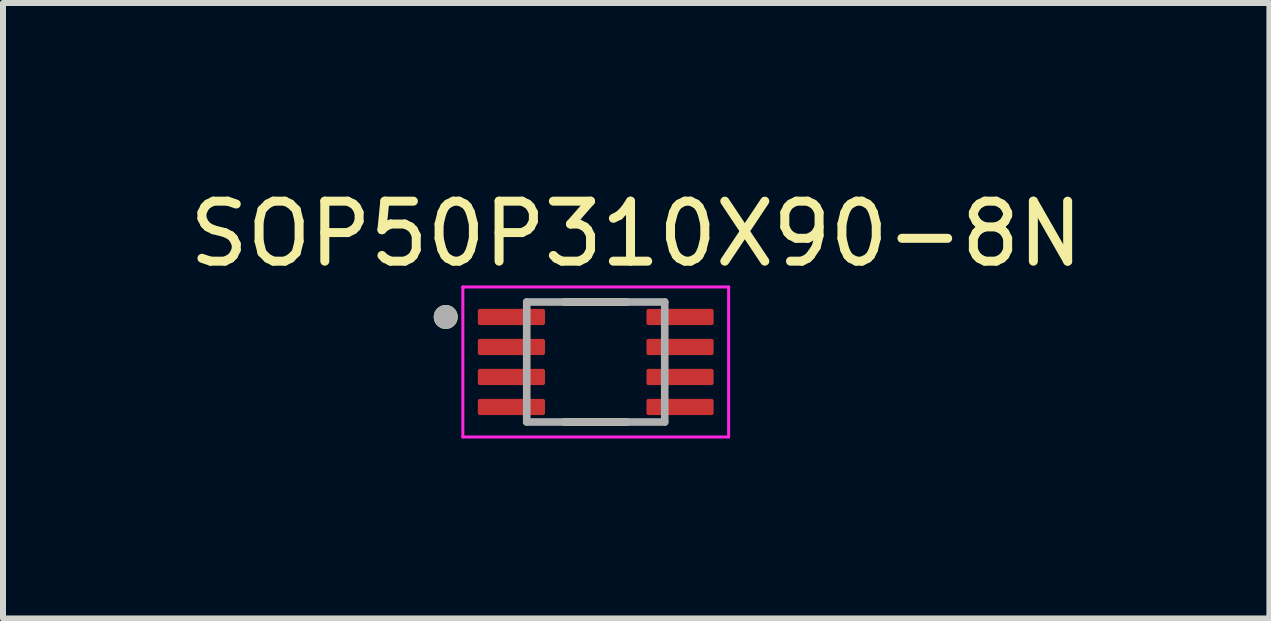
<source format=kicad_pcb>
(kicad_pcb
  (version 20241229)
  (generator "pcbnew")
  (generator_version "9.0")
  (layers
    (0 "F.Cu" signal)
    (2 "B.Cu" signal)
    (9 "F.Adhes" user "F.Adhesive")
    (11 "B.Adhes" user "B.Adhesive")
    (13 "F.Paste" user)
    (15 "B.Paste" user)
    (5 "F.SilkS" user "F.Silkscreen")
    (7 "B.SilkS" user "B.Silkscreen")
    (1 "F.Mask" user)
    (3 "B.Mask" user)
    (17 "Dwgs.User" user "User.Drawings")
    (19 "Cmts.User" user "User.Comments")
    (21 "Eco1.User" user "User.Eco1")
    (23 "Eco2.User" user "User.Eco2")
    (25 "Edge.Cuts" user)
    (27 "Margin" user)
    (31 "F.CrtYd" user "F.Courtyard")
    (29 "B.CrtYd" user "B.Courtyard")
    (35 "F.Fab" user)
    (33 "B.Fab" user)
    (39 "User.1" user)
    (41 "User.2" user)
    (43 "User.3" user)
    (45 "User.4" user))
  (footprint "SOP50P310X90-8N"
    (layer "F.Cu")
    (at 6.879 2.983)
    (property "Reference" "SOP50P310X90-8N" (at 0.675 -2.135 0) (layer "F.SilkS") (effects (font (size 1 1) (thickness 0.15))))
    (attr smd)
    (fp_line (start -0.525 -1) (end 0.525 -1) (stroke (width 0.127) (type solid)) (layer "F.SilkS"))
    (fp_line (start -0.525 1) (end 0.525 1) (stroke (width 0.127) (type solid)) (layer "F.SilkS"))
    (fp_circle (center -2.5 -0.75) (end -2.4 -0.75) (stroke (width 0.2) (type solid)) (fill no) (layer "F.SilkS"))
    (fp_line (start -2.215 -1.25) (end 2.215 -1.25) (stroke (width 0.05) (type solid)) (layer "F.CrtYd"))
    (fp_line (start -2.215 1.25) (end -2.215 -1.25) (stroke (width 0.05) (type solid)) (layer "F.CrtYd"))
    (fp_line (start 2.215 -1.25) (end 2.215 1.25) (stroke (width 0.05) (type solid)) (layer "F.CrtYd"))
    (fp_line (start 2.215 1.25) (end -2.215 1.25) (stroke (width 0.05) (type solid)) (layer "F.CrtYd"))
    (fp_line (start -1.15 -1) (end 1.15 -1) (stroke (width 0.127) (type solid)) (layer "F.Fab"))
    (fp_line (start -1.15 1) (end -1.15 -1) (stroke (width 0.127) (type solid)) (layer "F.Fab"))
    (fp_line (start 1.15 -1) (end 1.15 1) (stroke (width 0.127) (type solid)) (layer "F.Fab"))
    (fp_line (start 1.15 1) (end -1.15 1) (stroke (width 0.127) (type solid)) (layer "F.Fab"))
    (fp_circle (center -2.5 -0.75) (end -2.4 -0.75) (stroke (width 0.2) (type solid)) (fill no) (layer "F.Fab"))
    (pad "1" smd roundrect (at -1.405 -0.75) (size 1.12 0.27) (layers "F.Cu" "F.Mask" "F.Paste") (roundrect_rratio 0.125))
    (pad "2" smd roundrect (at -1.405 -0.25) (size 1.12 0.27) (layers "F.Cu" "F.Mask" "F.Paste") (roundrect_rratio 0.125))
    (pad "3" smd roundrect (at -1.405 0.25) (size 1.12 0.27) (layers "F.Cu" "F.Mask" "F.Paste") (roundrect_rratio 0.125))
    (pad "4" smd roundrect (at -1.405 0.75) (size 1.12 0.27) (layers "F.Cu" "F.Mask" "F.Paste") (roundrect_rratio 0.125))
    (pad "5" smd roundrect (at 1.405 0.75) (size 1.12 0.27) (layers "F.Cu" "F.Mask" "F.Paste") (roundrect_rratio 0.125))
    (pad "6" smd roundrect (at 1.405 0.25) (size 1.12 0.27) (layers "F.Cu" "F.Mask" "F.Paste") (roundrect_rratio 0.125))
    (pad "7" smd roundrect (at 1.405 -0.25) (size 1.12 0.27) (layers "F.Cu" "F.Mask" "F.Paste") (roundrect_rratio 0.125))
    (pad "8" smd roundrect (at 1.405 -0.75) (size 1.12 0.27) (layers "F.Cu" "F.Mask" "F.Paste") (roundrect_rratio 0.125)))
  (gr_rect
    (start -3 -3)
    (end 18.107 7.258)
    (stroke (width 0.1) (type default))
    (fill no)
    (layer "Edge.Cuts")))
</source>
